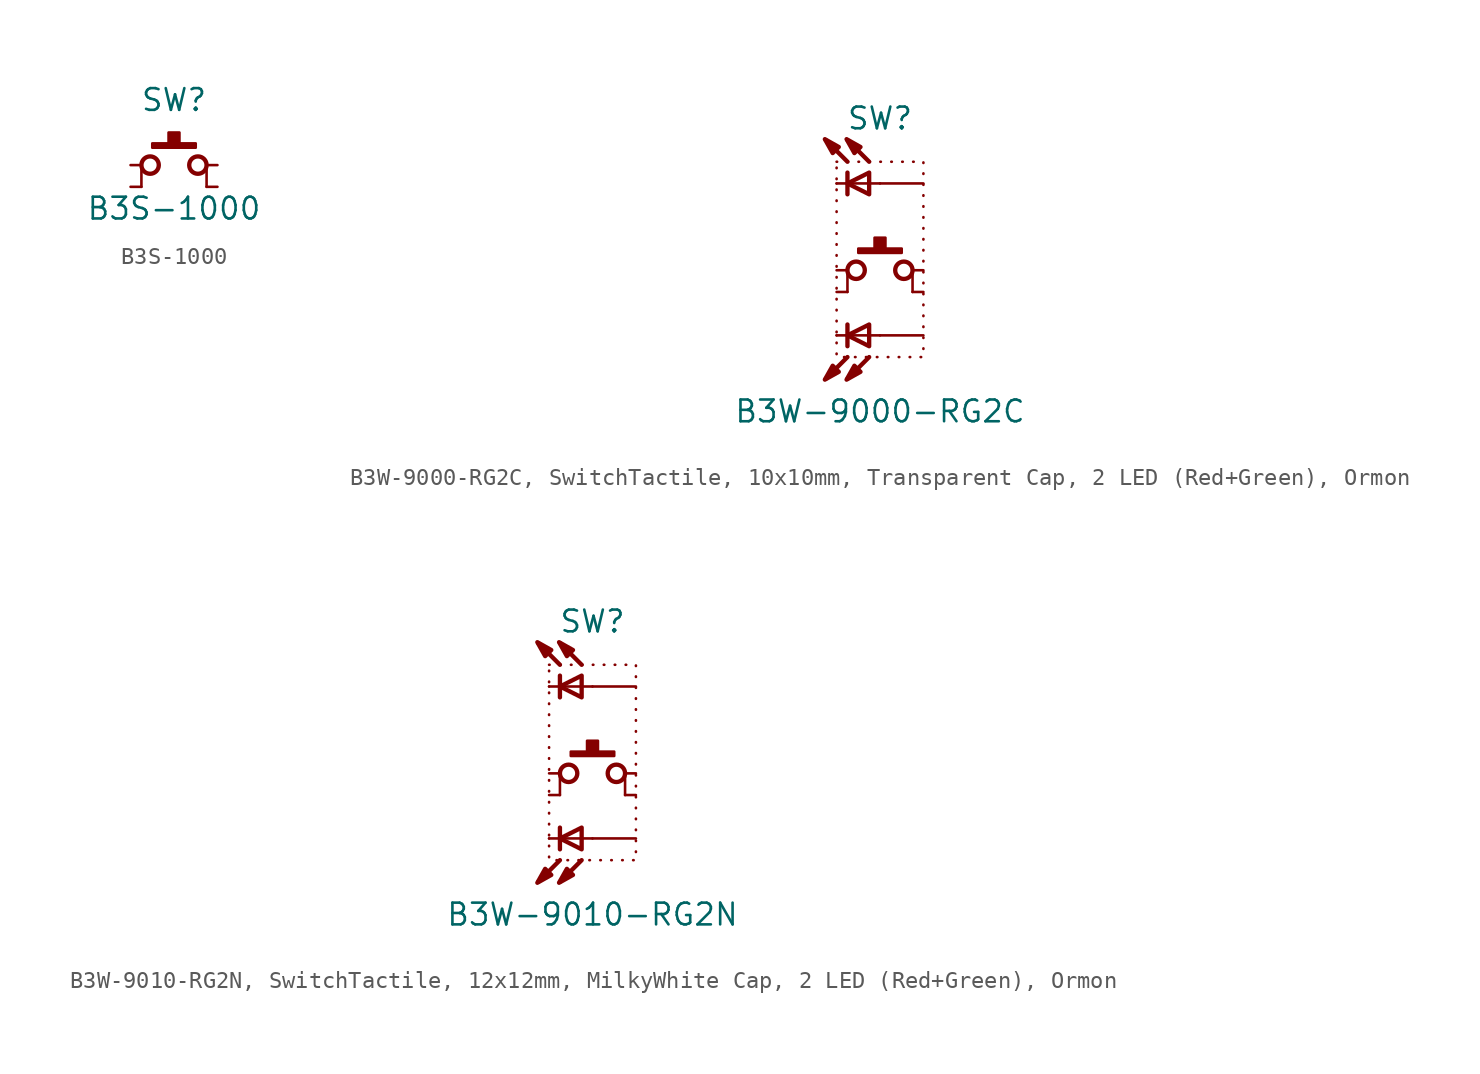
<source format=kicad_sym>
(kicad_symbol_lib
  (version 20241209)
  (generator "kicad_symbol_editor")
  (generator_version "9.0")
  (symbol "B3S-1000"
    (pin_numbers
      (hide yes))
    (pin_names
      (offset 0)
      (hide yes))
    (property "Reference" "SW"
      (at 0 3.81 0)
      (effects (font (size 1.27 1.27))))
    (property "Value" "B3S-1000"
      (at 0 -2.54 0)
      (effects (font (size 1.27 1.27))))
    (symbol "B3S-1000_0_1"
      (polyline (pts (xy -1.905 -1.27) (xy -1.905 0)) (stroke (width 0.152) (type default)) (fill (type none)))
      (circle (center -1.397 0) (radius 0.508) (stroke (width 0.254) (type default)) (fill (type none)))
      (rectangle (start -1.27 1.27) (end 1.27 1.016) (stroke (width 0.152) (type default)) (fill (type outline)))
      (rectangle (start -0.318 1.905) (end 0.318 1.27) (stroke (width 0.152) (type default)) (fill (type outline)))
      (circle (center 1.397 0) (radius 0.508) (stroke (width 0.254) (type default)) (fill (type none)))
      (polyline (pts (xy 1.905 -1.27) (xy 1.905 0)) (stroke (width 0.152) (type default)) (fill (type none))))
    (symbol "B3S-1000_1_1"
      (pin passive line (at -2.54 0 0) (length 0.635) (name "1" (effects (font (size 1.27 1.27)))) (number "1" (effects (font (size 1.27 1.27)))))
      (pin passive line (at -2.54 -1.27 0) (length 0.635) (name "3" (effects (font (size 1.27 1.27)))) (number "3" (effects (font (size 1.27 1.27)))))
      (pin passive line (at 2.54 0 180) (length 0.635) (name "2" (effects (font (size 1.27 1.27)))) (number "2" (effects (font (size 1.27 1.27)))))
      (pin passive line (at 2.54 -1.27 180) (length 0.635) (name "4" (effects (font (size 1.27 1.27)))) (number "4" (effects (font (size 1.27 1.27)))))))
  (symbol "B3W-9000-RG2C, SwitchTactile, 10x10mm, Transparent Cap, 2 LED (Red+Green), Ormon"
    (pin_numbers
      (hide yes))
    (pin_names
      (offset 0)
      (hide yes))
    (property "Reference" "SW"
      (at 0 8.89 0)
      (effects (font (size 1.27 1.27))))
    (property "Value" "B3W-9000-RG2C"
      (at 0 -8.255 0)
      (effects (font (size 1.27 1.27))))
    (symbol "B3W-9000-RG2C, SwitchTactile, 10x10mm, Transparent Cap, 2 LED (Red+Green), Ormon_0_0"
      (polyline (pts (xy -3.226 7.671) (xy -2.769 6.858) (xy -2.413 7.214) (xy -3.226 7.671)) (stroke (width 0.254) (type default)) (fill (type outline)))
      (polyline (pts (xy -3.226 -6.401) (xy -2.769 -5.588) (xy -2.413 -5.944) (xy -3.226 -6.401)) (stroke (width 0.254) (type default)) (fill (type outline)))
      (polyline (pts (xy -2.54 5.08) (xy 0 5.08)) (stroke (width 0.152) (type default)) (fill (type none)))
      (polyline (pts (xy -2.54 -3.81) (xy 0 -3.81)) (stroke (width 0.152) (type default)) (fill (type none)))
      (polyline (pts (xy -1.956 7.671) (xy -1.499 6.858) (xy -1.143 7.214) (xy -1.956 7.671)) (stroke (width 0.254) (type default)) (fill (type outline)))
      (polyline (pts (xy -1.956 -6.401) (xy -1.499 -5.588) (xy -1.143 -5.944) (xy -1.956 -6.401)) (stroke (width 0.254) (type default)) (fill (type outline)))
      (polyline (pts (xy -1.905 6.35) (xy -3.175 7.62)) (stroke (width 0.254) (type default)) (fill (type none)))
      (polyline (pts (xy -1.905 -5.08) (xy -3.175 -6.35)) (stroke (width 0.254) (type default)) (fill (type none)))
      (polyline (pts (xy -0.635 6.35) (xy -1.905 7.62)) (stroke (width 0.254) (type default)) (fill (type none)))
      (polyline (pts (xy -0.635 -5.08) (xy -1.905 -6.35)) (stroke (width 0.254) (type default)) (fill (type none))))
    (symbol "B3W-9000-RG2C, SwitchTactile, 10x10mm, Transparent Cap, 2 LED (Red+Green), Ormon_0_1"
      (polyline (pts (xy -1.905 5.715) (xy -1.905 4.445)) (stroke (width 0.254) (type default)) (fill (type none)))
      (polyline (pts (xy -1.905 -1.27) (xy -1.905 0)) (stroke (width 0.152) (type default)) (fill (type none)))
      (polyline (pts (xy -1.905 -4.445) (xy -1.905 -3.175)) (stroke (width 0.254) (type default)) (fill (type none)))
      (circle (center -1.397 0) (radius 0.508) (stroke (width 0.254) (type default)) (fill (type none)))
      (rectangle (start -1.27 1.27) (end 1.27 1.016) (stroke (width 0.152) (type default)) (fill (type outline)))
      (polyline (pts (xy -0.635 5.715) (xy -0.635 4.445) (xy -1.905 5.08) (xy -0.635 5.715)) (stroke (width 0.254) (type default)) (fill (type none)))
      (polyline (pts (xy -0.635 -4.445) (xy -0.635 -3.175) (xy -1.905 -3.81) (xy -0.635 -4.445)) (stroke (width 0.254) (type default)) (fill (type none)))
      (rectangle (start -0.318 1.905) (end 0.318 1.27) (stroke (width 0.152) (type default)) (fill (type outline)))
      (circle (center 1.397 0) (radius 0.508) (stroke (width 0.254) (type default)) (fill (type none)))
      (polyline (pts (xy 1.905 -1.27) (xy 1.905 0)) (stroke (width 0.152) (type default)) (fill (type none))))
    (symbol "B3W-9000-RG2C, SwitchTactile, 10x10mm, Transparent Cap, 2 LED (Red+Green), Ormon_1_1"
      (rectangle (start -2.54 6.35) (end 2.54 -5.08) (stroke (width 0) (type dot)) (fill (type none)))
      (pin passive line (at -2.54 5.08 0) (length 0) (name "C2" (effects (font (size 1.27 1.27)))) (number "C2" (effects (font (size 1.27 1.27)))))
      (pin passive line (at -2.54 0 0) (length 0.635) (name "1" (effects (font (size 1.27 1.27)))) (number "1" (effects (font (size 1.27 1.27)))))
      (pin passive line (at -2.54 -1.27 0) (length 0.635) (name "2" (effects (font (size 1.27 1.27)))) (number "2" (effects (font (size 1.27 1.27)))))
      (pin passive line (at -2.54 -3.81 0) (length 0) (name "C1" (effects (font (size 1.27 1.27)))) (number "C1" (effects (font (size 1.27 1.27)))))
      (pin passive line (at 2.54 5.08 180) (length 2.54) (name "A2" (effects (font (size 1.27 1.27)))) (number "A2" (effects (font (size 1.27 1.27)))))
      (pin passive line (at 2.54 0 180) (length 0.635) (name "3" (effects (font (size 1.27 1.27)))) (number "3" (effects (font (size 1.27 1.27)))))
      (pin passive line (at 2.54 -1.27 180) (length 0.635) (name "4" (effects (font (size 1.27 1.27)))) (number "4" (effects (font (size 1.27 1.27)))))
      (pin passive line (at 2.54 -3.81 180) (length 2.54) (name "A1" (effects (font (size 1.27 1.27)))) (number "A1" (effects (font (size 1.27 1.27)))))))
  (symbol "B3W-9010-RG2N, SwitchTactile, 12x12mm, MilkyWhite Cap, 2 LED (Red+Green), Ormon"
    (pin_numbers
      (hide yes))
    (pin_names
      (offset 0)
      (hide yes))
    (property "Reference" "SW"
      (at 0 8.89 0)
      (effects (font (size 1.27 1.27))))
    (property "Value" "B3W-9010-RG2N"
      (at 0 -8.255 0)
      (effects (font (size 1.27 1.27))))
    (symbol "B3W-9010-RG2N, SwitchTactile, 12x12mm, MilkyWhite Cap, 2 LED (Red+Green), Ormon_0_0"
      (polyline (pts (xy -3.226 7.671) (xy -2.769 6.858) (xy -2.413 7.214) (xy -3.226 7.671)) (stroke (width 0.254) (type default)) (fill (type outline)))
      (polyline (pts (xy -3.226 -6.401) (xy -2.769 -5.588) (xy -2.413 -5.944) (xy -3.226 -6.401)) (stroke (width 0.254) (type default)) (fill (type outline)))
      (polyline (pts (xy -2.54 5.08) (xy 0 5.08)) (stroke (width 0.152) (type default)) (fill (type none)))
      (polyline (pts (xy -2.54 -3.81) (xy 0 -3.81)) (stroke (width 0.152) (type default)) (fill (type none)))
      (polyline (pts (xy -1.956 7.671) (xy -1.499 6.858) (xy -1.143 7.214) (xy -1.956 7.671)) (stroke (width 0.254) (type default)) (fill (type outline)))
      (polyline (pts (xy -1.956 -6.401) (xy -1.499 -5.588) (xy -1.143 -5.944) (xy -1.956 -6.401)) (stroke (width 0.254) (type default)) (fill (type outline)))
      (polyline (pts (xy -1.905 6.35) (xy -3.175 7.62)) (stroke (width 0.254) (type default)) (fill (type none)))
      (polyline (pts (xy -1.905 -5.08) (xy -3.175 -6.35)) (stroke (width 0.254) (type default)) (fill (type none)))
      (polyline (pts (xy -0.635 6.35) (xy -1.905 7.62)) (stroke (width 0.254) (type default)) (fill (type none)))
      (polyline (pts (xy -0.635 -5.08) (xy -1.905 -6.35)) (stroke (width 0.254) (type default)) (fill (type none))))
    (symbol "B3W-9010-RG2N, SwitchTactile, 12x12mm, MilkyWhite Cap, 2 LED (Red+Green), Ormon_0_1"
      (polyline (pts (xy -1.905 5.715) (xy -1.905 4.445)) (stroke (width 0.254) (type default)) (fill (type none)))
      (polyline (pts (xy -1.905 -1.27) (xy -1.905 0)) (stroke (width 0.152) (type default)) (fill (type none)))
      (polyline (pts (xy -1.905 -4.445) (xy -1.905 -3.175)) (stroke (width 0.254) (type default)) (fill (type none)))
      (circle (center -1.397 0) (radius 0.508) (stroke (width 0.254) (type default)) (fill (type none)))
      (rectangle (start -1.27 1.27) (end 1.27 1.016) (stroke (width 0.152) (type default)) (fill (type outline)))
      (polyline (pts (xy -0.635 5.715) (xy -0.635 4.445) (xy -1.905 5.08) (xy -0.635 5.715)) (stroke (width 0.254) (type default)) (fill (type none)))
      (polyline (pts (xy -0.635 -4.445) (xy -0.635 -3.175) (xy -1.905 -3.81) (xy -0.635 -4.445)) (stroke (width 0.254) (type default)) (fill (type none)))
      (rectangle (start -0.318 1.905) (end 0.318 1.27) (stroke (width 0.152) (type default)) (fill (type outline)))
      (circle (center 1.397 0) (radius 0.508) (stroke (width 0.254) (type default)) (fill (type none)))
      (polyline (pts (xy 1.905 -1.27) (xy 1.905 0)) (stroke (width 0.152) (type default)) (fill (type none))))
    (symbol "B3W-9010-RG2N, SwitchTactile, 12x12mm, MilkyWhite Cap, 2 LED (Red+Green), Ormon_1_1"
      (rectangle (start -2.54 6.35) (end 2.54 -5.08) (stroke (width 0) (type dot)) (fill (type none)))
      (pin passive line (at -2.54 5.08 0) (length 0) (name "C2" (effects (font (size 1.27 1.27)))) (number "C2" (effects (font (size 1.27 1.27)))))
      (pin passive line (at -2.54 0 0) (length 0.635) (name "1" (effects (font (size 1.27 1.27)))) (number "1" (effects (font (size 1.27 1.27)))))
      (pin passive line (at -2.54 -1.27 0) (length 0.635) (name "2" (effects (font (size 1.27 1.27)))) (number "2" (effects (font (size 1.27 1.27)))))
      (pin passive line (at -2.54 -3.81 0) (length 0) (name "C1" (effects (font (size 1.27 1.27)))) (number "C1" (effects (font (size 1.27 1.27)))))
      (pin passive line (at 2.54 5.08 180) (length 2.54) (name "A2" (effects (font (size 1.27 1.27)))) (number "A2" (effects (font (size 1.27 1.27)))))
      (pin passive line (at 2.54 0 180) (length 0.635) (name "3" (effects (font (size 1.27 1.27)))) (number "3" (effects (font (size 1.27 1.27)))))
      (pin passive line (at 2.54 -1.27 180) (length 0.635) (name "4" (effects (font (size 1.27 1.27)))) (number "4" (effects (font (size 1.27 1.27)))))
      (pin passive line (at 2.54 -3.81 180) (length 2.54) (name "A1" (effects (font (size 1.27 1.27)))) (number "A1" (effects (font (size 1.27 1.27))))))))
</source>
